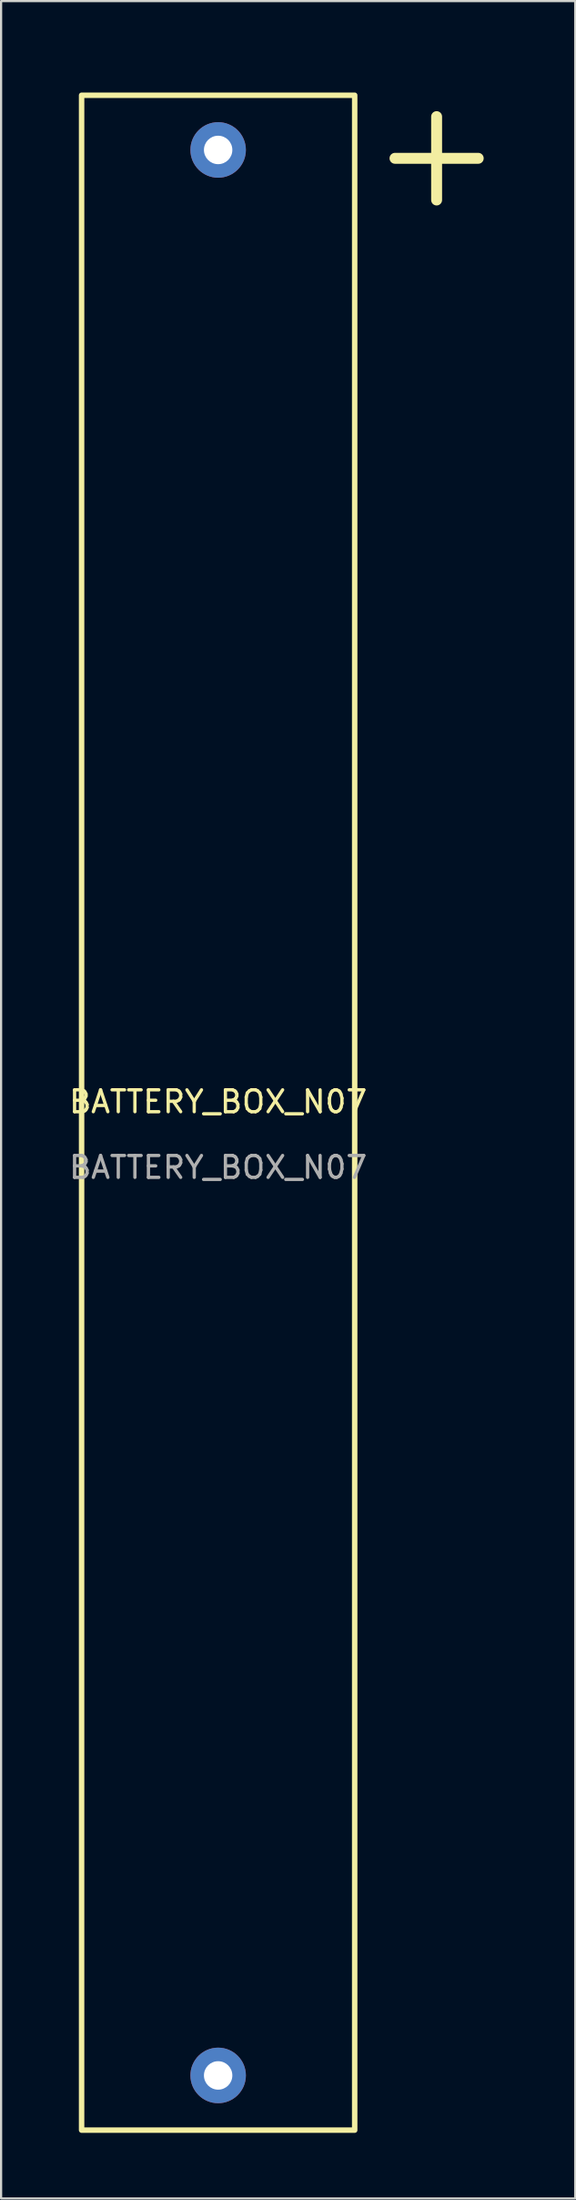
<source format=kicad_pcb>
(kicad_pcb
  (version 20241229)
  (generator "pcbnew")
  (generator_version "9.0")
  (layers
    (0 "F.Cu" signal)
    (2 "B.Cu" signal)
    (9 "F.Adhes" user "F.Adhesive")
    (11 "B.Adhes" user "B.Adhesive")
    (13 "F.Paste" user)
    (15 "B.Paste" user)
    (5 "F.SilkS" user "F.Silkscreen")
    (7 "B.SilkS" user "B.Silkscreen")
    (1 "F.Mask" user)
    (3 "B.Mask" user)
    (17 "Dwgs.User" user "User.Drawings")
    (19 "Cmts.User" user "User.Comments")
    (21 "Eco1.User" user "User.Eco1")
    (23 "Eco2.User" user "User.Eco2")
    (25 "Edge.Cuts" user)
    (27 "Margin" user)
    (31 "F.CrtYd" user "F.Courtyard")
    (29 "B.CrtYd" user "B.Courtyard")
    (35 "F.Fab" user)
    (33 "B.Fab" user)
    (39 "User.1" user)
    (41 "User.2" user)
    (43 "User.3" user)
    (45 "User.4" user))
  (footprint "BATTERY_BOX_N07"
    (layer "F.Cu")
    (at 6.935 47.803)
    (property "Reference" "BATTERY_BOX_N07" (at 0 -0.5 0) (unlocked yes) (layer "F.SilkS") (effects (font (size 1 1) (thickness 0.15))))
    (attr through_hole)
    (fp_rect (start -6.25 -46.5) (end 6.25 46.5) (stroke (width 0.25) (type solid)) (fill no) (layer "F.SilkS"))
    (fp_text user "+" (at 10 -44 0) (unlocked yes) (layer "F.SilkS") (effects (font (size 5 5) (thickness 0.5))))
    (fp_text user "${REFERENCE}" (at 0 2.5 0) (unlocked yes) (layer "F.Fab") (effects (font (size 1 1) (thickness 0.15))))
    (pad "1" thru_hole circle (at 0 -44) (size 2.54 2.54) (drill 1.3) (layers "*.Cu" "*.Mask"))
    (pad "2" thru_hole circle (at 0 44) (size 2.54 2.54) (drill 1.3) (layers "*.Cu" "*.Mask")))
  (gr_rect
    (start -3 -3)
    (end 23.28 97.427)
    (stroke (width 0.1) (type default))
    (fill no)
    (layer "Edge.Cuts")))
</source>
